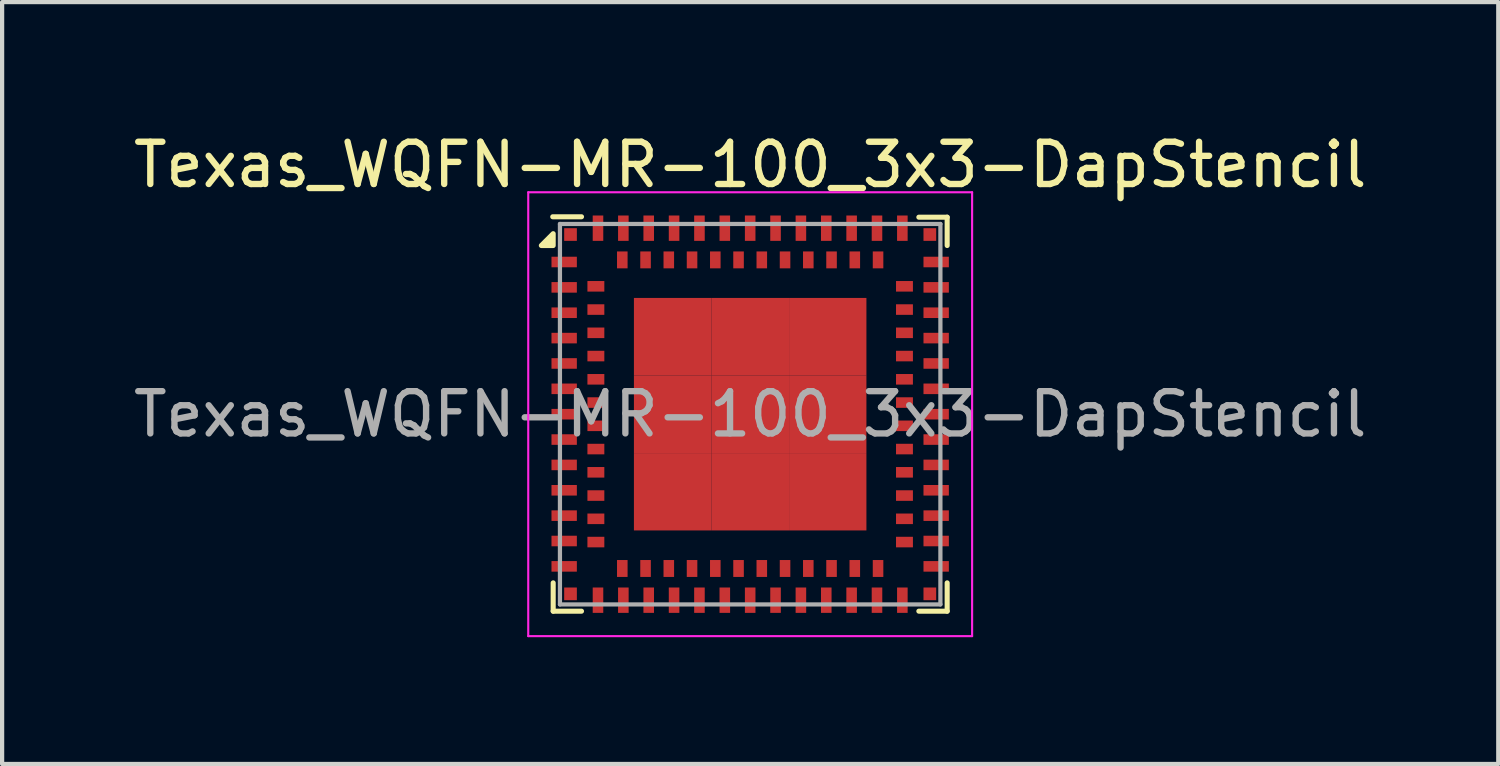
<source format=kicad_pcb>
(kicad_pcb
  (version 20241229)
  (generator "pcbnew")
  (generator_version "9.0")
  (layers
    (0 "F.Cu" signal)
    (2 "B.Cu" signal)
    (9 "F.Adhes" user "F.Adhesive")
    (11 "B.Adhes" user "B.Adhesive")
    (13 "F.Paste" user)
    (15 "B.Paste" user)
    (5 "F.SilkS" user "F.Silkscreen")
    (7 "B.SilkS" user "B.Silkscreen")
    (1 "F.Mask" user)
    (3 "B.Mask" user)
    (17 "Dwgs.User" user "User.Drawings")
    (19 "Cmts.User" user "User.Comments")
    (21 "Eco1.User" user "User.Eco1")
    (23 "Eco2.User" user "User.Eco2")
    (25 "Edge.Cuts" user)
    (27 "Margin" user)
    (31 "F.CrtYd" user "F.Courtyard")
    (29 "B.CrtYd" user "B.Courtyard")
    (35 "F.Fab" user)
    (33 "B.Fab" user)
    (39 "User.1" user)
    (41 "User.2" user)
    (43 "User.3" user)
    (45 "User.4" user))
  (footprint "Texas_WQFN-MR-100_3x3-DapStencil"
    (layer "F.Cu")
    (at 14.696 6.748)
    (property "Reference" "Texas_WQFN-MR-100_3x3-DapStencil" (at 0 -5.9 0) (layer "F.SilkS") (effects (font (size 1 1) (thickness 0.15))))
    (attr smd)
    (fp_line (start -4.67 -4.67) (end -3.99 -4.67) (stroke (width 0.12) (type solid)) (layer "F.SilkS"))
    (fp_line (start -4.66 3.99) (end -4.66 4.66) (stroke (width 0.12) (type solid)) (layer "F.SilkS"))
    (fp_line (start -4.66 4.66) (end -3.99 4.66) (stroke (width 0.12) (type solid)) (layer "F.SilkS"))
    (fp_line (start 4.66 -4.66) (end 3.99 -4.66) (stroke (width 0.12) (type solid)) (layer "F.SilkS"))
    (fp_line (start 4.66 -3.99) (end 4.66 -4.66) (stroke (width 0.12) (type solid)) (layer "F.SilkS"))
    (fp_line (start 4.66 3.99) (end 4.66 4.66) (stroke (width 0.12) (type solid)) (layer "F.SilkS"))
    (fp_line (start 4.66 4.66) (end 3.99 4.66) (stroke (width 0.12) (type solid)) (layer "F.SilkS"))
    (fp_poly (pts (xy -4.66 -3.99) (xy -4.94 -3.99) (xy -4.66 -4.27) (xy -4.66 -3.99)) (stroke (width 0.12) (type solid)) (fill yes) (layer "F.SilkS"))
    (fp_line (start -5.25 -5.25) (end 5.25 -5.25) (stroke (width 0.05) (type solid)) (layer "F.CrtYd"))
    (fp_line (start -5.25 5.25) (end -5.25 -5.25) (stroke (width 0.05) (type solid)) (layer "F.CrtYd"))
    (fp_line (start 5.25 -5.25) (end 5.25 5.25) (stroke (width 0.05) (type solid)) (layer "F.CrtYd"))
    (fp_line (start 5.25 5.25) (end -5.25 5.25) (stroke (width 0.05) (type solid)) (layer "F.CrtYd"))
    (fp_line (start -4.5 -4.5) (end -4.5 4.5) (stroke (width 0.1) (type solid)) (layer "F.Fab"))
    (fp_line (start -4.5 -4.5) (end 4.5 -4.5) (stroke (width 0.1) (type solid)) (layer "F.Fab"))
    (fp_line (start -4.5 4.5) (end 4.5 4.5) (stroke (width 0.1) (type solid)) (layer "F.Fab"))
    (fp_line (start 4.5 -4.5) (end 4.5 4.5) (stroke (width 0.1) (type solid)) (layer "F.Fab"))
    (fp_text user "${REFERENCE}" (at 0 0 0) (layer "F.Fab") (effects (font (size 1 1) (thickness 0.15))))
    (pad "A1" smd rect (at -4.4 -3.6 90) (size 0.25 0.6) (layers "F.Cu" "F.Mask" "F.Paste"))
    (pad "A2" smd rect (at -4.4 -3 90) (size 0.25 0.6) (layers "F.Cu" "F.Mask" "F.Paste"))
    (pad "A3" smd rect (at -4.4 -2.4 90) (size 0.25 0.6) (layers "F.Cu" "F.Mask" "F.Paste"))
    (pad "A4" smd rect (at -4.4 -1.8 90) (size 0.25 0.6) (layers "F.Cu" "F.Mask" "F.Paste"))
    (pad "A5" smd rect (at -4.4 -1.2 90) (size 0.25 0.6) (layers "F.Cu" "F.Mask" "F.Paste"))
    (pad "A6" smd rect (at -4.4 -0.6 90) (size 0.25 0.6) (layers "F.Cu" "F.Mask" "F.Paste"))
    (pad "A7" smd rect (at -4.4 0 90) (size 0.25 0.6) (layers "F.Cu" "F.Mask" "F.Paste"))
    (pad "A8" smd rect (at -4.4 0.6 90) (size 0.25 0.6) (layers "F.Cu" "F.Mask" "F.Paste"))
    (pad "A9" smd rect (at -4.4 1.2 90) (size 0.25 0.6) (layers "F.Cu" "F.Mask" "F.Paste"))
    (pad "A10" smd rect (at -4.4 1.8 90) (size 0.25 0.6) (layers "F.Cu" "F.Mask" "F.Paste"))
    (pad "A11" smd rect (at -4.4 2.4 90) (size 0.25 0.6) (layers "F.Cu" "F.Mask" "F.Paste"))
    (pad "A12" smd rect (at -4.4 3 90) (size 0.25 0.6) (layers "F.Cu" "F.Mask" "F.Paste"))
    (pad "A13" smd rect (at -4.4 3.6 90) (size 0.25 0.6) (layers "F.Cu" "F.Mask" "F.Paste"))
    (pad "A14" smd rect (at -3.6 4.4) (size 0.25 0.6) (layers "F.Cu" "F.Mask" "F.Paste"))
    (pad "A15" smd rect (at -3 4.4) (size 0.25 0.6) (layers "F.Cu" "F.Mask" "F.Paste"))
    (pad "A16" smd rect (at -2.4 4.4) (size 0.25 0.6) (layers "F.Cu" "F.Mask" "F.Paste"))
    (pad "A17" smd rect (at -1.8 4.4) (size 0.25 0.6) (layers "F.Cu" "F.Mask" "F.Paste"))
    (pad "A18" smd rect (at -1.2 4.4) (size 0.25 0.6) (layers "F.Cu" "F.Mask" "F.Paste"))
    (pad "A19" smd rect (at -0.6 4.4) (size 0.25 0.6) (layers "F.Cu" "F.Mask" "F.Paste"))
    (pad "A20" smd rect (at 0 4.4) (size 0.25 0.6) (layers "F.Cu" "F.Mask" "F.Paste"))
    (pad "A21" smd rect (at 0.6 4.4) (size 0.25 0.6) (layers "F.Cu" "F.Mask" "F.Paste"))
    (pad "A22" smd rect (at 1.2 4.4) (size 0.25 0.6) (layers "F.Cu" "F.Mask" "F.Paste"))
    (pad "A23" smd rect (at 1.8 4.4) (size 0.25 0.6) (layers "F.Cu" "F.Mask" "F.Paste"))
    (pad "A24" smd rect (at 2.4 4.4) (size 0.25 0.6) (layers "F.Cu" "F.Mask" "F.Paste"))
    (pad "A25" smd rect (at 3 4.4) (size 0.25 0.6) (layers "F.Cu" "F.Mask" "F.Paste"))
    (pad "A26" smd rect (at 3.6 4.4) (size 0.25 0.6) (layers "F.Cu" "F.Mask" "F.Paste"))
    (pad "A27" smd rect (at 4.4 3.6 90) (size 0.25 0.6) (layers "F.Cu" "F.Mask" "F.Paste"))
    (pad "A28" smd rect (at 4.4 3 90) (size 0.25 0.6) (layers "F.Cu" "F.Mask" "F.Paste"))
    (pad "A29" smd rect (at 4.4 2.4 90) (size 0.25 0.6) (layers "F.Cu" "F.Mask" "F.Paste"))
    (pad "A30" smd rect (at 4.4 1.8 90) (size 0.25 0.6) (layers "F.Cu" "F.Mask" "F.Paste"))
    (pad "A31" smd rect (at 4.4 1.2 90) (size 0.25 0.6) (layers "F.Cu" "F.Mask" "F.Paste"))
    (pad "A32" smd rect (at 4.4 0.6 90) (size 0.25 0.6) (layers "F.Cu" "F.Mask" "F.Paste"))
    (pad "A33" smd rect (at 4.4 0 90) (size 0.25 0.6) (layers "F.Cu" "F.Mask" "F.Paste"))
    (pad "A34" smd rect (at 4.4 -0.6 90) (size 0.25 0.6) (layers "F.Cu" "F.Mask" "F.Paste"))
    (pad "A35" smd rect (at 4.4 -1.2 90) (size 0.25 0.6) (layers "F.Cu" "F.Mask" "F.Paste"))
    (pad "A36" smd rect (at 4.4 -1.8 90) (size 0.25 0.6) (layers "F.Cu" "F.Mask" "F.Paste"))
    (pad "A37" smd rect (at 4.4 -2.4 90) (size 0.25 0.6) (layers "F.Cu" "F.Mask" "F.Paste"))
    (pad "A38" smd rect (at 4.4 -3 90) (size 0.25 0.6) (layers "F.Cu" "F.Mask" "F.Paste"))
    (pad "A39" smd rect (at 4.4 -3.6 90) (size 0.25 0.6) (layers "F.Cu" "F.Mask" "F.Paste"))
    (pad "A40" smd rect (at 3.6 -4.4) (size 0.25 0.6) (layers "F.Cu" "F.Mask" "F.Paste"))
    (pad "A41" smd rect (at 3 -4.4) (size 0.25 0.6) (layers "F.Cu" "F.Mask" "F.Paste"))
    (pad "A42" smd rect (at 2.4 -4.4) (size 0.25 0.6) (layers "F.Cu" "F.Mask" "F.Paste"))
    (pad "A43" smd rect (at 1.8 -4.4) (size 0.25 0.6) (layers "F.Cu" "F.Mask" "F.Paste"))
    (pad "A44" smd rect (at 1.2 -4.4) (size 0.25 0.6) (layers "F.Cu" "F.Mask" "F.Paste"))
    (pad "A45" smd rect (at 0.6 -4.4) (size 0.25 0.6) (layers "F.Cu" "F.Mask" "F.Paste"))
    (pad "A46" smd rect (at 0 -4.4) (size 0.25 0.6) (layers "F.Cu" "F.Mask" "F.Paste"))
    (pad "A47" smd rect (at -0.6 -4.4) (size 0.25 0.6) (layers "F.Cu" "F.Mask" "F.Paste"))
    (pad "A48" smd rect (at -1.2 -4.4) (size 0.25 0.6) (layers "F.Cu" "F.Mask" "F.Paste"))
    (pad "A49" smd rect (at -1.8 -4.4) (size 0.25 0.6) (layers "F.Cu" "F.Mask" "F.Paste"))
    (pad "A50" smd rect (at -2.4 -4.4) (size 0.25 0.6) (layers "F.Cu" "F.Mask" "F.Paste"))
    (pad "A51" smd rect (at -3 -4.4) (size 0.25 0.6) (layers "F.Cu" "F.Mask" "F.Paste"))
    (pad "A52" smd rect (at -3.6 -4.4) (size 0.25 0.6) (layers "F.Cu" "F.Mask" "F.Paste"))
    (pad "A53" smd rect (at -1.835 -1.835) (size 1.83 1.83) (layers "F.Cu" "F.Mask" "F.Paste"))
    (pad "A53" smd rect (at -1.835 0) (size 1.83 1.84) (layers "F.Cu" "F.Mask" "F.Paste"))
    (pad "A53" smd rect (at -1.835 1.835) (size 1.83 1.83) (layers "F.Cu" "F.Mask" "F.Paste"))
    (pad "A53" smd rect (at 0 -1.835) (size 1.84 1.83) (layers "F.Cu" "F.Mask" "F.Paste"))
    (pad "A53" smd rect (at 0 0) (size 1.84 1.84) (layers "F.Cu" "F.Mask" "F.Paste"))
    (pad "A53" smd rect (at 0 1.835) (size 1.84 1.83) (layers "F.Cu" "F.Mask" "F.Paste"))
    (pad "A53" smd rect (at 1.835 -1.835) (size 1.83 1.83) (layers "F.Cu" "F.Mask" "F.Paste"))
    (pad "A53" smd rect (at 1.835 0) (size 1.83 1.84) (layers "F.Cu" "F.Mask" "F.Paste"))
    (pad "A53" smd rect (at 1.835 1.835) (size 1.83 1.83) (layers "F.Cu" "F.Mask" "F.Paste"))
    (pad "B1" smd rect (at -3.65 -3.025 90) (size 0.25 0.4) (layers "F.Cu" "F.Mask" "F.Paste"))
    (pad "B2" smd rect (at -3.65 -2.475 90) (size 0.25 0.4) (layers "F.Cu" "F.Mask" "F.Paste"))
    (pad "B3" smd rect (at -3.65 -1.925 90) (size 0.25 0.4) (layers "F.Cu" "F.Mask" "F.Paste"))
    (pad "B4" smd rect (at -3.65 -1.375 90) (size 0.25 0.4) (layers "F.Cu" "F.Mask" "F.Paste"))
    (pad "B5" smd rect (at -3.65 -0.825 90) (size 0.25 0.4) (layers "F.Cu" "F.Mask" "F.Paste"))
    (pad "B6" smd rect (at -3.65 -0.275 90) (size 0.25 0.4) (layers "F.Cu" "F.Mask" "F.Paste"))
    (pad "B7" smd rect (at -3.65 0.275 90) (size 0.25 0.4) (layers "F.Cu" "F.Mask" "F.Paste"))
    (pad "B8" smd rect (at -3.65 0.825 90) (size 0.25 0.4) (layers "F.Cu" "F.Mask" "F.Paste"))
    (pad "B9" smd rect (at -3.65 1.375 90) (size 0.25 0.4) (layers "F.Cu" "F.Mask" "F.Paste"))
    (pad "B10" smd rect (at -3.65 1.925 90) (size 0.25 0.4) (layers "F.Cu" "F.Mask" "F.Paste"))
    (pad "B11" smd rect (at -3.65 2.475 90) (size 0.25 0.4) (layers "F.Cu" "F.Mask" "F.Paste"))
    (pad "B12" smd rect (at -3.65 3.025 90) (size 0.25 0.4) (layers "F.Cu" "F.Mask" "F.Paste"))
    (pad "B13" smd rect (at -3.025 3.65) (size 0.25 0.4) (layers "F.Cu" "F.Mask" "F.Paste"))
    (pad "B14" smd rect (at -2.475 3.65) (size 0.25 0.4) (layers "F.Cu" "F.Mask" "F.Paste"))
    (pad "B15" smd rect (at -1.925 3.65) (size 0.25 0.4) (layers "F.Cu" "F.Mask" "F.Paste"))
    (pad "B16" smd rect (at -1.375 3.65) (size 0.25 0.4) (layers "F.Cu" "F.Mask" "F.Paste"))
    (pad "B17" smd rect (at -0.825 3.65) (size 0.25 0.4) (layers "F.Cu" "F.Mask" "F.Paste"))
    (pad "B18" smd rect (at -0.275 3.65) (size 0.25 0.4) (layers "F.Cu" "F.Mask" "F.Paste"))
    (pad "B19" smd rect (at 0.275 3.65) (size 0.25 0.4) (layers "F.Cu" "F.Mask" "F.Paste"))
    (pad "B20" smd rect (at 0.825 3.65) (size 0.25 0.4) (layers "F.Cu" "F.Mask" "F.Paste"))
    (pad "B21" smd rect (at 1.375 3.65) (size 0.25 0.4) (layers "F.Cu" "F.Mask" "F.Paste"))
    (pad "B22" smd rect (at 1.925 3.65) (size 0.25 0.4) (layers "F.Cu" "F.Mask" "F.Paste"))
    (pad "B23" smd rect (at 2.475 3.65) (size 0.25 0.4) (layers "F.Cu" "F.Mask" "F.Paste"))
    (pad "B24" smd rect (at 3.025 3.65) (size 0.25 0.4) (layers "F.Cu" "F.Mask" "F.Paste"))
    (pad "B25" smd rect (at 3.65 3.025 90) (size 0.25 0.4) (layers "F.Cu" "F.Mask" "F.Paste"))
    (pad "B26" smd rect (at 3.65 2.475 90) (size 0.25 0.4) (layers "F.Cu" "F.Mask" "F.Paste"))
    (pad "B27" smd rect (at 3.65 1.925 90) (size 0.25 0.4) (layers "F.Cu" "F.Mask" "F.Paste"))
    (pad "B28" smd rect (at 3.65 1.375 90) (size 0.25 0.4) (layers "F.Cu" "F.Mask" "F.Paste"))
    (pad "B29" smd rect (at 3.65 0.825 90) (size 0.25 0.4) (layers "F.Cu" "F.Mask" "F.Paste"))
    (pad "B30" smd rect (at 3.65 0.275 90) (size 0.25 0.4) (layers "F.Cu" "F.Mask" "F.Paste"))
    (pad "B31" smd rect (at 3.65 -0.275 90) (size 0.25 0.4) (layers "F.Cu" "F.Mask" "F.Paste"))
    (pad "B32" smd rect (at 3.65 -0.825 90) (size 0.25 0.4) (layers "F.Cu" "F.Mask" "F.Paste"))
    (pad "B33" smd rect (at 3.65 -1.375 90) (size 0.25 0.4) (layers "F.Cu" "F.Mask" "F.Paste"))
    (pad "B34" smd rect (at 3.65 -1.925 90) (size 0.25 0.4) (layers "F.Cu" "F.Mask" "F.Paste"))
    (pad "B35" smd rect (at 3.65 -2.475 90) (size 0.25 0.4) (layers "F.Cu" "F.Mask" "F.Paste"))
    (pad "B36" smd rect (at 3.65 -3.025 90) (size 0.25 0.4) (layers "F.Cu" "F.Mask" "F.Paste"))
    (pad "B37" smd rect (at 3.025 -3.65) (size 0.25 0.4) (layers "F.Cu" "F.Mask" "F.Paste"))
    (pad "B38" smd rect (at 2.475 -3.65) (size 0.25 0.4) (layers "F.Cu" "F.Mask" "F.Paste"))
    (pad "B39" smd rect (at 1.925 -3.65) (size 0.25 0.4) (layers "F.Cu" "F.Mask" "F.Paste"))
    (pad "B40" smd rect (at 1.375 -3.65) (size 0.25 0.4) (layers "F.Cu" "F.Mask" "F.Paste"))
    (pad "B41" smd rect (at 0.825 -3.65) (size 0.25 0.4) (layers "F.Cu" "F.Mask" "F.Paste"))
    (pad "B42" smd rect (at 0.275 -3.65) (size 0.25 0.4) (layers "F.Cu" "F.Mask" "F.Paste"))
    (pad "B43" smd rect (at -0.275 -3.65) (size 0.25 0.4) (layers "F.Cu" "F.Mask" "F.Paste"))
    (pad "B44" smd rect (at -0.825 -3.65) (size 0.25 0.4) (layers "F.Cu" "F.Mask" "F.Paste"))
    (pad "B45" smd rect (at -1.375 -3.65) (size 0.25 0.4) (layers "F.Cu" "F.Mask" "F.Paste"))
    (pad "B46" smd rect (at -1.925 -3.65) (size 0.25 0.4) (layers "F.Cu" "F.Mask" "F.Paste"))
    (pad "B47" smd rect (at -2.475 -3.65) (size 0.25 0.4) (layers "F.Cu" "F.Mask" "F.Paste"))
    (pad "B48" smd rect (at -3.025 -3.65) (size 0.25 0.4) (layers "F.Cu" "F.Mask" "F.Paste"))
    (pad "C1" smd rect (at -4.25 -4.25) (size 0.3 0.3) (layers "F.Cu" "F.Mask" "F.Paste"))
    (pad "C2" smd rect (at -4.25 4.25) (size 0.3 0.3) (layers "F.Cu" "F.Mask" "F.Paste"))
    (pad "C3" smd rect (at 4.25 4.25) (size 0.3 0.3) (layers "F.Cu" "F.Mask" "F.Paste"))
    (pad "C4" smd rect (at 4.25 -4.25) (size 0.3 0.3) (layers "F.Cu" "F.Mask" "F.Paste")))
  (gr_rect
    (start -3 -3)
    (end 32.393 15.023)
    (stroke (width 0.1) (type default))
    (fill no)
    (layer "Edge.Cuts")))
</source>
